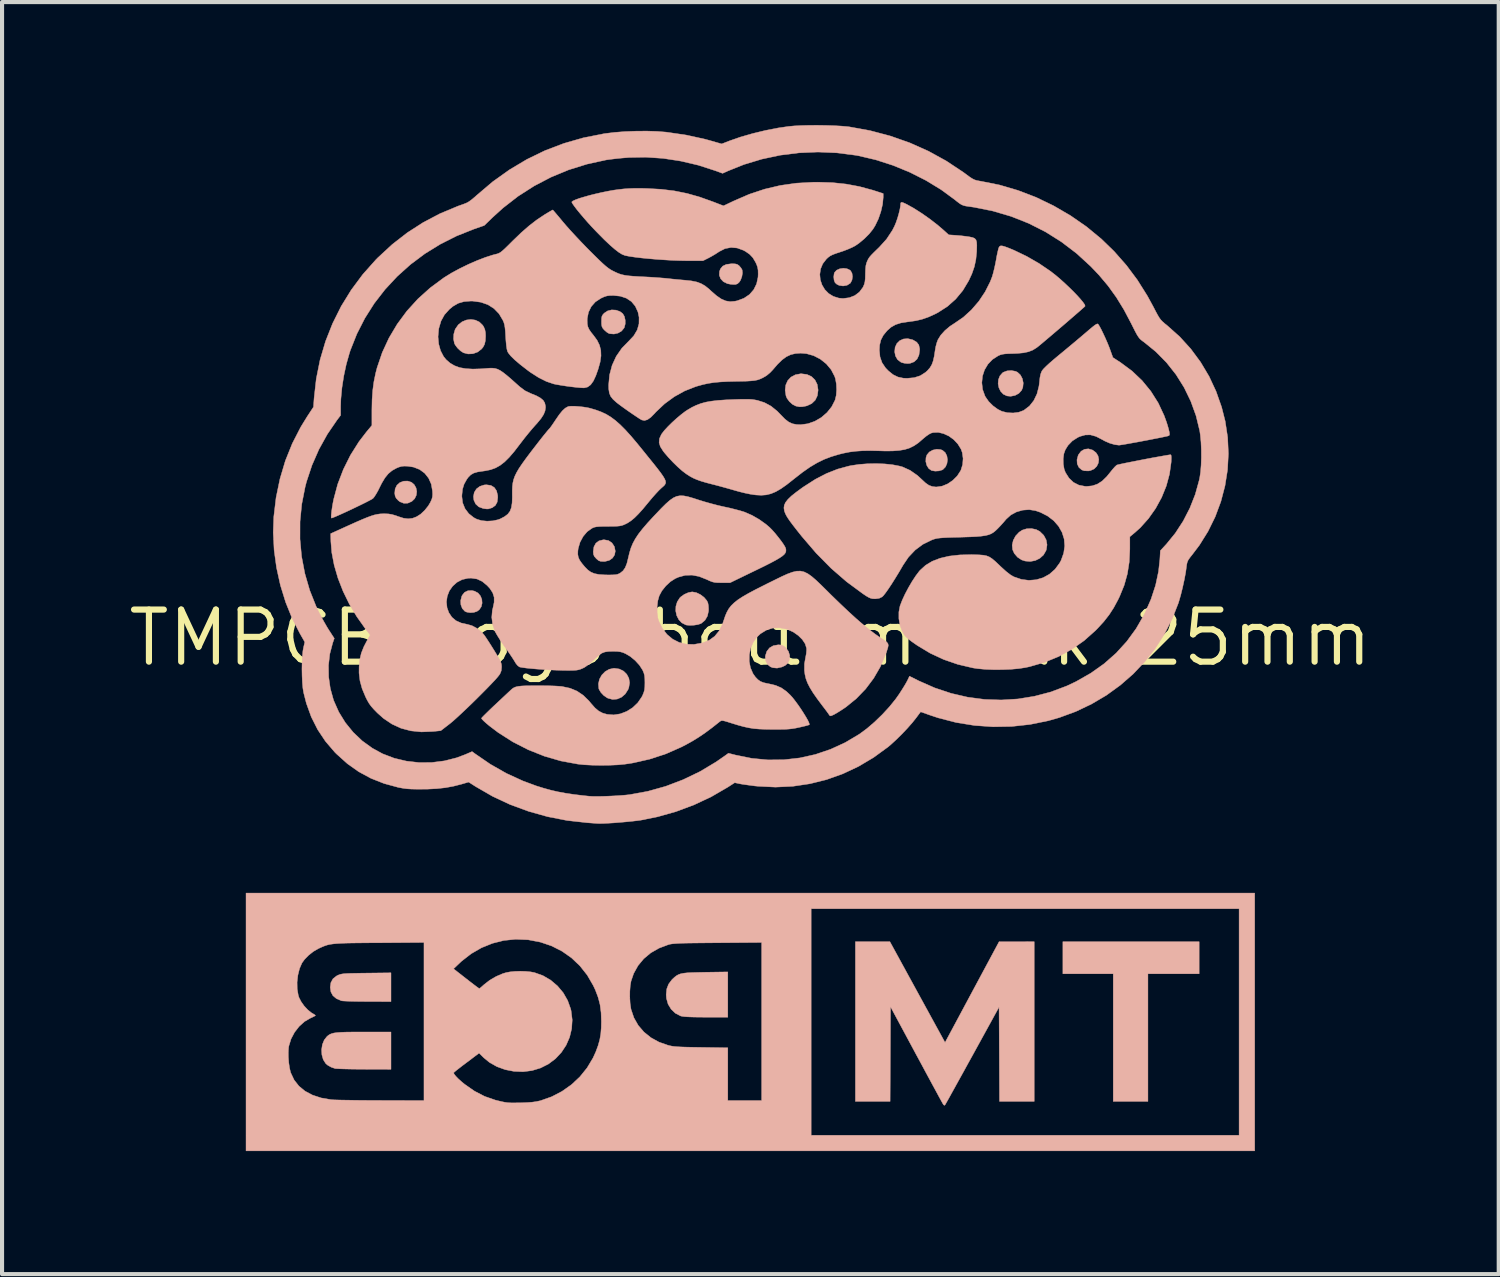
<source format=kicad_pcb>
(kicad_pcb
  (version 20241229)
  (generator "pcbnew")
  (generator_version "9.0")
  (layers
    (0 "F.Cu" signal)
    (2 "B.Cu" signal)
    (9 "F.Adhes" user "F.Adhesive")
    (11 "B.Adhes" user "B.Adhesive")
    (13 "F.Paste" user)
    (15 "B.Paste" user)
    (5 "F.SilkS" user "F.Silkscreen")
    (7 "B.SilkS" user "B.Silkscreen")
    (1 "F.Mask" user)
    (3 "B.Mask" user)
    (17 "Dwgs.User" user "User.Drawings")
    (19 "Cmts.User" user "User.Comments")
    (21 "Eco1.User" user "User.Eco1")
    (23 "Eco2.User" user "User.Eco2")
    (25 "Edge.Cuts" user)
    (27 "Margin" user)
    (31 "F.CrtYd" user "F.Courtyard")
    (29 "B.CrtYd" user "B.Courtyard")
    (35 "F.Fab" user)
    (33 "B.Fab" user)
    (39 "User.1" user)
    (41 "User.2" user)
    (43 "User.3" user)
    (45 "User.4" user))
  (footprint "TMPCB Logo bottom silk 25mm"
    (layer "F.Cu")
    (at 15.247 12.504)
    (property "Reference" "TMPCB Logo bottom silk 25mm" (at 0 0 0) (layer "F.SilkS") (effects (font (size 1.27 1.27) (thickness 0.15))))
    (attr through_hole)
    (fp_poly (pts (xy 10.943 8.191) (xy 9.694 8.191) (xy 9.694 11.303) (xy 8.848 11.303) (xy 8.848 8.191) (xy 7.62 8.191) (xy 7.62 7.408) (xy 10.943 7.408) (xy 10.943 8.191)) (stroke (width 0.01) (type solid)) (fill yes) (layer "B.SilkS"))
    (fp_poly (pts (xy -8.263 -3.794) (xy -8.195 -3.735) (xy -8.152 -3.657) (xy -8.135 -3.569) (xy -8.146 -3.478) (xy -8.186 -3.394) (xy -8.254 -3.329) (xy -8.352 -3.285) (xy -8.451 -3.282) (xy -8.545 -3.319) (xy -8.586 -3.351) (xy -8.636 -3.405) (xy -8.662 -3.459) (xy -8.672 -3.526) (xy -8.662 -3.633) (xy -8.619 -3.722) (xy -8.547 -3.787) (xy -8.452 -3.822) (xy -8.353 -3.824) (xy -8.263 -3.794)) (stroke (width 0.01) (type solid)) (fill yes) (layer "B.SilkS"))
    (fp_poly (pts (xy -6.724 -1.139) (xy -6.641 -1.094) (xy -6.582 -1.024) (xy -6.548 -0.939) (xy -6.541 -0.848) (xy -6.561 -0.762) (xy -6.61 -0.688) (xy -6.667 -0.646) (xy -6.744 -0.621) (xy -6.833 -0.615) (xy -6.915 -0.628) (xy -6.961 -0.648) (xy -7.024 -0.716) (xy -7.059 -0.807) (xy -7.064 -0.91) (xy -7.038 -1.013) (xy -7.027 -1.037) (xy -6.969 -1.11) (xy -6.887 -1.15) (xy -6.788 -1.154) (xy -6.724 -1.139)) (stroke (width 0.01) (type solid)) (fill yes) (layer "B.SilkS"))
    (fp_poly (pts (xy 2.355 -9.002) (xy 2.427 -8.968) (xy 2.442 -8.955) (xy 2.478 -8.892) (xy 2.49 -8.81) (xy 2.478 -8.726) (xy 2.442 -8.656) (xy 2.433 -8.646) (xy 2.357 -8.598) (xy 2.261 -8.581) (xy 2.165 -8.595) (xy 2.107 -8.624) (xy 2.065 -8.662) (xy 2.041 -8.723) (xy 2.033 -8.803) (xy 2.042 -8.879) (xy 2.054 -8.912) (xy 2.104 -8.966) (xy 2.18 -9) (xy 2.268 -9.013) (xy 2.355 -9.002)) (stroke (width 0.01) (type solid)) (fill yes) (layer "B.SilkS"))
    (fp_poly (pts (xy 8.342 -4.581) (xy 8.346 -4.579) (xy 8.428 -4.517) (xy 8.477 -4.439) (xy 8.496 -4.352) (xy 8.485 -4.264) (xy 8.446 -4.184) (xy 8.382 -4.12) (xy 8.293 -4.08) (xy 8.24 -4.071) (xy 8.141 -4.075) (xy 8.081 -4.096) (xy 8.01 -4.158) (xy 7.97 -4.243) (xy 7.964 -4.342) (xy 7.992 -4.447) (xy 8.002 -4.469) (xy 8.065 -4.551) (xy 8.148 -4.599) (xy 8.243 -4.61) (xy 8.342 -4.581)) (stroke (width 0.01) (type solid)) (fill yes) (layer "B.SilkS"))
    (fp_poly (pts (xy -6.326 -3.717) (xy -6.244 -3.667) (xy -6.189 -3.586) (xy -6.162 -3.475) (xy -6.16 -3.421) (xy -6.174 -3.311) (xy -6.218 -3.23) (xy -6.295 -3.174) (xy -6.392 -3.144) (xy -6.432 -3.144) (xy -6.493 -3.152) (xy -6.517 -3.156) (xy -6.622 -3.195) (xy -6.698 -3.264) (xy -6.742 -3.358) (xy -6.752 -3.444) (xy -6.733 -3.547) (xy -6.679 -3.633) (xy -6.596 -3.695) (xy -6.491 -3.729) (xy -6.435 -3.733) (xy -6.326 -3.717)) (stroke (width 0.01) (type solid)) (fill yes) (layer "B.SilkS"))
    (fp_poly (pts (xy 4.639 -4.592) (xy 4.688 -4.572) (xy 4.753 -4.516) (xy 4.792 -4.436) (xy 4.806 -4.345) (xy 4.794 -4.253) (xy 4.758 -4.17) (xy 4.697 -4.107) (xy 4.679 -4.096) (xy 4.6 -4.072) (xy 4.507 -4.066) (xy 4.423 -4.08) (xy 4.413 -4.084) (xy 4.347 -4.132) (xy 4.301 -4.208) (xy 4.278 -4.299) (xy 4.282 -4.393) (xy 4.305 -4.462) (xy 4.363 -4.532) (xy 4.447 -4.579) (xy 4.543 -4.6) (xy 4.639 -4.592)) (stroke (width 0.01) (type solid)) (fill yes) (layer "B.SilkS"))
    (fp_poly (pts (xy 6.465 -6.5) (xy 6.513 -6.478) (xy 6.585 -6.411) (xy 6.633 -6.319) (xy 6.654 -6.215) (xy 6.644 -6.111) (xy 6.614 -6.037) (xy 6.546 -5.962) (xy 6.454 -5.912) (xy 6.348 -5.891) (xy 6.256 -5.9) (xy 6.168 -5.942) (xy 6.102 -6.012) (xy 6.06 -6.1) (xy 6.041 -6.199) (xy 6.049 -6.298) (xy 6.084 -6.388) (xy 6.147 -6.461) (xy 6.169 -6.477) (xy 6.26 -6.511) (xy 6.364 -6.519) (xy 6.465 -6.5)) (stroke (width 0.01) (type solid)) (fill yes) (layer "B.SilkS"))
    (fp_poly (pts (xy -3.459 -2.373) (xy -3.376 -2.317) (xy -3.318 -2.229) (xy -3.314 -2.219) (xy -3.294 -2.115) (xy -3.311 -2.023) (xy -3.362 -1.946) (xy -3.441 -1.891) (xy -3.545 -1.864) (xy -3.582 -1.863) (xy -3.653 -1.867) (xy -3.702 -1.886) (xy -3.753 -1.928) (xy -3.759 -1.935) (xy -3.805 -1.988) (xy -3.826 -2.039) (xy -3.831 -2.105) (xy -3.815 -2.22) (xy -3.768 -2.308) (xy -3.693 -2.365) (xy -3.591 -2.391) (xy -3.562 -2.392) (xy -3.459 -2.373)) (stroke (width 0.01) (type solid)) (fill yes) (layer "B.SilkS"))
    (fp_poly (pts (xy 0.755 0.175) (xy 0.809 0.198) (xy 0.859 0.238) (xy 0.927 0.326) (xy 0.959 0.428) (xy 0.951 0.535) (xy 0.95 0.538) (xy 0.913 0.616) (xy 0.847 0.674) (xy 0.769 0.71) (xy 0.651 0.737) (xy 0.547 0.727) (xy 0.489 0.705) (xy 0.42 0.648) (xy 0.376 0.565) (xy 0.364 0.467) (xy 0.366 0.439) (xy 0.4 0.33) (xy 0.466 0.245) (xy 0.558 0.191) (xy 0.673 0.17) (xy 0.683 0.169) (xy 0.755 0.175)) (stroke (width 0.01) (type solid)) (fill yes) (layer "B.SilkS"))
    (fp_poly (pts (xy 3.95 -7.271) (xy 3.971 -7.262) (xy 4.057 -7.21) (xy 4.107 -7.143) (xy 4.127 -7.052) (xy 4.128 -7.021) (xy 4.111 -6.897) (xy 4.065 -6.799) (xy 3.991 -6.731) (xy 3.893 -6.694) (xy 3.831 -6.689) (xy 3.756 -6.697) (xy 3.687 -6.715) (xy 3.672 -6.722) (xy 3.589 -6.785) (xy 3.538 -6.875) (xy 3.519 -6.973) (xy 3.529 -7.085) (xy 3.572 -7.178) (xy 3.641 -7.247) (xy 3.732 -7.288) (xy 3.837 -7.297) (xy 3.95 -7.271)) (stroke (width 0.01) (type solid)) (fill yes) (layer "B.SilkS"))
    (fp_poly (pts (xy 6.969 -2.642) (xy 7.058 -2.595) (xy 7.154 -2.5) (xy 7.213 -2.389) (xy 7.234 -2.27) (xy 7.216 -2.148) (xy 7.208 -2.127) (xy 7.147 -2.021) (xy 7.057 -1.94) (xy 6.947 -1.886) (xy 6.824 -1.863) (xy 6.698 -1.874) (xy 6.614 -1.902) (xy 6.514 -1.968) (xy 6.436 -2.059) (xy 6.394 -2.152) (xy 6.384 -2.264) (xy 6.41 -2.378) (xy 6.467 -2.485) (xy 6.552 -2.576) (xy 6.631 -2.628) (xy 6.737 -2.661) (xy 6.855 -2.666) (xy 6.969 -2.642)) (stroke (width 0.01) (type solid)) (fill yes) (layer "B.SilkS"))
    (fp_poly (pts (xy -3.195 0.759) (xy -3.092 0.81) (xy -3.014 0.887) (xy -2.963 0.984) (xy -2.945 1.094) (xy -2.964 1.211) (xy -2.982 1.259) (xy -3.052 1.369) (xy -3.143 1.447) (xy -3.248 1.492) (xy -3.36 1.501) (xy -3.473 1.471) (xy -3.495 1.46) (xy -3.575 1.405) (xy -3.643 1.333) (xy -3.688 1.259) (xy -3.696 1.235) (xy -3.705 1.119) (xy -3.679 1.006) (xy -3.622 0.905) (xy -3.541 0.822) (xy -3.442 0.765) (xy -3.33 0.741) (xy -3.318 0.741) (xy -3.195 0.759)) (stroke (width 0.01) (type solid)) (fill yes) (layer "B.SilkS"))
    (fp_poly (pts (xy -3.276 -7.992) (xy -3.179 -7.957) (xy -3.111 -7.905) (xy -3.072 -7.838) (xy -3.052 -7.749) (xy -3.052 -7.653) (xy -3.074 -7.569) (xy -3.078 -7.559) (xy -3.14 -7.483) (xy -3.226 -7.432) (xy -3.326 -7.409) (xy -3.428 -7.417) (xy -3.461 -7.429) (xy -3.502 -7.455) (xy -3.552 -7.499) (xy -3.567 -7.513) (xy -3.602 -7.555) (xy -3.621 -7.596) (xy -3.629 -7.652) (xy -3.63 -7.716) (xy -3.628 -7.793) (xy -3.619 -7.844) (xy -3.597 -7.882) (xy -3.564 -7.918) (xy -3.481 -7.973) (xy -3.381 -7.998) (xy -3.276 -7.992)) (stroke (width 0.01) (type solid)) (fill yes) (layer "B.SilkS"))
    (fp_poly (pts (xy -0.372 -9.12) (xy -0.322 -9.108) (xy -0.283 -9.082) (xy -0.268 -9.068) (xy -0.227 -9.019) (xy -0.201 -8.974) (xy -0.2 -8.97) (xy -0.193 -8.898) (xy -0.207 -8.81) (xy -0.238 -8.726) (xy -0.268 -8.678) (xy -0.313 -8.635) (xy -0.362 -8.618) (xy -0.409 -8.617) (xy -0.484 -8.623) (xy -0.552 -8.636) (xy -0.561 -8.638) (xy -0.658 -8.686) (xy -0.724 -8.756) (xy -0.757 -8.842) (xy -0.753 -8.936) (xy -0.73 -8.997) (xy -0.674 -9.065) (xy -0.589 -9.106) (xy -0.471 -9.122) (xy -0.448 -9.123) (xy -0.372 -9.12)) (stroke (width 0.01) (type solid)) (fill yes) (layer "B.SilkS"))
    (fp_poly (pts (xy 1.38 -6.423) (xy 1.491 -6.372) (xy 1.575 -6.29) (xy 1.63 -6.181) (xy 1.651 -6.049) (xy 1.651 -6.036) (xy 1.633 -5.904) (xy 1.581 -5.796) (xy 1.496 -5.714) (xy 1.381 -5.66) (xy 1.353 -5.653) (xy 1.264 -5.636) (xy 1.194 -5.635) (xy 1.121 -5.65) (xy 1.106 -5.654) (xy 1.028 -5.694) (xy 0.953 -5.761) (xy 0.894 -5.841) (xy 0.869 -5.9) (xy 0.848 -6.04) (xy 0.863 -6.166) (xy 0.911 -6.274) (xy 0.989 -6.358) (xy 1.095 -6.415) (xy 1.224 -6.44) (xy 1.247 -6.44) (xy 1.38 -6.423)) (stroke (width 0.01) (type solid)) (fill yes) (layer "B.SilkS"))
    (fp_poly (pts (xy -8.763 8.869) (xy -9.34 8.867) (xy -9.494 8.866) (xy -9.637 8.864) (xy -9.763 8.861) (xy -9.864 8.857) (xy -9.935 8.853) (xy -9.97 8.849) (xy -9.97 8.849) (xy -10.092 8.797) (xy -10.178 8.726) (xy -10.228 8.634) (xy -10.245 8.52) (xy -10.228 8.404) (xy -10.178 8.313) (xy -10.093 8.245) (xy -10.059 8.227) (xy -10.027 8.214) (xy -9.994 8.203) (xy -9.955 8.195) (xy -9.903 8.188) (xy -9.834 8.184) (xy -9.742 8.18) (xy -9.621 8.178) (xy -9.467 8.175) (xy -9.361 8.174) (xy -8.763 8.167) (xy -8.763 8.869)) (stroke (width 0.01) (type solid)) (fill yes) (layer "B.SilkS"))
    (fp_poly (pts (xy -6.707 -7.749) (xy -6.609 -7.703) (xy -6.528 -7.625) (xy -6.504 -7.588) (xy -6.474 -7.519) (xy -6.459 -7.44) (xy -6.456 -7.362) (xy -6.462 -7.246) (xy -6.482 -7.158) (xy -6.52 -7.086) (xy -6.558 -7.041) (xy -6.651 -6.97) (xy -6.764 -6.929) (xy -6.883 -6.923) (xy -6.996 -6.952) (xy -7.067 -6.998) (xy -7.139 -7.066) (xy -7.196 -7.141) (xy -7.217 -7.182) (xy -7.238 -7.289) (xy -7.232 -7.407) (xy -7.2 -7.519) (xy -7.191 -7.536) (xy -7.121 -7.636) (xy -7.029 -7.708) (xy -6.925 -7.751) (xy -6.815 -7.765) (xy -6.707 -7.749)) (stroke (width 0.01) (type solid)) (fill yes) (layer "B.SilkS"))
    (fp_poly (pts (xy -0.55 9.25) (xy -1.085 9.249) (xy -1.268 9.248) (xy -1.414 9.245) (xy -1.526 9.241) (xy -1.609 9.235) (xy -1.668 9.227) (xy -1.701 9.219) (xy -1.83 9.152) (xy -1.932 9.054) (xy -2.006 8.932) (xy -2.046 8.79) (xy -2.053 8.701) (xy -2.039 8.561) (xy -1.994 8.443) (xy -1.916 8.338) (xy -1.892 8.314) (xy -1.845 8.271) (xy -1.801 8.237) (xy -1.754 8.211) (xy -1.699 8.191) (xy -1.629 8.177) (xy -1.54 8.167) (xy -1.426 8.161) (xy -1.28 8.157) (xy -1.098 8.153) (xy -1.095 8.153) (xy -0.55 8.145) (xy -0.55 9.25)) (stroke (width 0.01) (type solid)) (fill yes) (layer "B.SilkS"))
    (fp_poly (pts (xy -8.763 10.52) (xy -9.414 10.518) (xy -9.579 10.517) (xy -9.732 10.515) (xy -9.869 10.512) (xy -9.983 10.509) (xy -10.068 10.505) (xy -10.119 10.502) (xy -10.128 10.5) (xy -10.223 10.467) (xy -10.309 10.418) (xy -10.355 10.378) (xy -10.415 10.283) (xy -10.448 10.167) (xy -10.455 10.041) (xy -10.436 9.916) (xy -10.391 9.805) (xy -10.326 9.722) (xy -10.291 9.692) (xy -10.254 9.668) (xy -10.21 9.65) (xy -10.155 9.635) (xy -10.082 9.625) (xy -9.989 9.618) (xy -9.87 9.613) (xy -9.72 9.611) (xy -9.535 9.61) (xy -9.427 9.61) (xy -8.763 9.61) (xy -8.763 10.52)) (stroke (width 0.01) (type solid)) (fill yes) (layer "B.SilkS"))
    (fp_poly (pts (xy -1.319 -1.104) (xy -1.219 -1.056) (xy -1.129 -0.988) (xy -1.061 -0.907) (xy -1.036 -0.854) (xy -1.024 -0.789) (xy -1.019 -0.706) (xy -1.02 -0.656) (xy -1.047 -0.533) (xy -1.106 -0.431) (xy -1.193 -0.357) (xy -1.207 -0.349) (xy -1.278 -0.325) (xy -1.373 -0.31) (xy -1.471 -0.305) (xy -1.555 -0.312) (xy -1.577 -0.318) (xy -1.674 -0.368) (xy -1.747 -0.447) (xy -1.797 -0.546) (xy -1.82 -0.656) (xy -1.816 -0.77) (xy -1.783 -0.879) (xy -1.721 -0.976) (xy -1.694 -1.002) (xy -1.608 -1.063) (xy -1.51 -1.105) (xy -1.419 -1.122) (xy -1.418 -1.122) (xy -1.319 -1.104)) (stroke (width 0.01) (type solid)) (fill yes) (layer "B.SilkS"))
    (fp_poly (pts (xy 4.074 8.637) (xy 4.747 9.866) (xy 5.405 8.638) (xy 6.064 7.41) (xy 6.493 7.409) (xy 6.921 7.408) (xy 6.921 11.303) (xy 6.075 11.303) (xy 6.07 10.152) (xy 6.064 9.002) (xy 5.419 10.176) (xy 5.305 10.382) (xy 5.198 10.577) (xy 5.097 10.759) (xy 5.006 10.924) (xy 4.926 11.068) (xy 4.859 11.19) (xy 4.806 11.284) (xy 4.77 11.348) (xy 4.752 11.379) (xy 4.751 11.382) (xy 4.731 11.399) (xy 4.711 11.385) (xy 4.696 11.363) (xy 4.681 11.336) (xy 4.647 11.275) (xy 4.597 11.184) (xy 4.533 11.065) (xy 4.455 10.922) (xy 4.367 10.759) (xy 4.269 10.578) (xy 4.165 10.384) (xy 4.054 10.179) (xy 4.041 10.155) (xy 3.418 8.996) (xy 3.413 10.149) (xy 3.407 11.303) (xy 2.561 11.303) (xy 2.561 7.408) (xy 3.402 7.408) (xy 4.074 8.637)) (stroke (width 0.01) (type solid)) (fill yes) (layer "B.SilkS"))
    (fp_poly (pts (xy 12.298 12.509) (xy -12.298 12.509) (xy -12.298 10.09) (xy -11.267 10.09) (xy -11.266 10.218) (xy -11.256 10.354) (xy -11.238 10.481) (xy -11.214 10.585) (xy -11.208 10.604) (xy -11.125 10.78) (xy -11.008 10.929) (xy -10.859 11.052) (xy -10.678 11.148) (xy -10.465 11.218) (xy -10.22 11.26) (xy -10.213 11.26) (xy -10.162 11.264) (xy -10.074 11.267) (xy -9.953 11.27) (xy -9.804 11.272) (xy -9.632 11.275) (xy -9.442 11.277) (xy -9.238 11.278) (xy -9.026 11.279) (xy -9.012 11.279) (xy -7.959 11.282) (xy -7.959 8.069) (xy -7.238 8.069) (xy -6.93 8.31) (xy -6.832 8.386) (xy -6.745 8.453) (xy -6.676 8.505) (xy -6.629 8.539) (xy -6.61 8.551) (xy -6.59 8.538) (xy -6.548 8.503) (xy -6.493 8.454) (xy -6.488 8.45) (xy -6.355 8.347) (xy -6.199 8.256) (xy -6.036 8.186) (xy -5.955 8.162) (xy -5.86 8.144) (xy -5.739 8.132) (xy -5.609 8.128) (xy -5.479 8.132) (xy -5.358 8.144) (xy -5.263 8.162) (xy -5.057 8.236) (xy -4.869 8.346) (xy -4.703 8.487) (xy -4.563 8.654) (xy -4.455 8.843) (xy -4.381 9.049) (xy -4.371 9.094) (xy -4.344 9.315) (xy -4.358 9.531) (xy -4.408 9.738) (xy -4.492 9.931) (xy -4.608 10.107) (xy -4.752 10.261) (xy -4.923 10.39) (xy -5.117 10.488) (xy -5.324 10.551) (xy -5.543 10.579) (xy -5.763 10.57) (xy -5.978 10.528) (xy -6.18 10.455) (xy -6.363 10.351) (xy -6.498 10.24) (xy -6.615 10.125) (xy -6.921 10.356) (xy -7.02 10.43) (xy -7.106 10.497) (xy -7.174 10.55) (xy -7.219 10.588) (xy -7.235 10.603) (xy -7.225 10.634) (xy -7.186 10.684) (xy -7.123 10.75) (xy -7.039 10.825) (xy -6.969 10.883) (xy -6.728 11.051) (xy -6.479 11.18) (xy -6.217 11.271) (xy -6.148 11.288) (xy -6.059 11.309) (xy -5.989 11.323) (xy -5.927 11.332) (xy -5.863 11.337) (xy -5.785 11.339) (xy -5.684 11.337) (xy -5.588 11.336) (xy -5.438 11.33) (xy -5.319 11.321) (xy -5.22 11.307) (xy -5.127 11.287) (xy -5.112 11.283) (xy -4.844 11.188) (xy -4.593 11.057) (xy -4.362 10.894) (xy -4.157 10.702) (xy -3.981 10.484) (xy -3.837 10.243) (xy -3.769 10.094) (xy -3.712 9.939) (xy -3.673 9.799) (xy -3.648 9.659) (xy -3.636 9.505) (xy -3.633 9.356) (xy -3.64 9.139) (xy -3.665 8.947) (xy -3.711 8.767) (xy -2.94 8.767) (xy -2.932 8.911) (xy -2.914 9.035) (xy -2.91 9.057) (xy -2.84 9.263) (xy -2.735 9.448) (xy -2.596 9.61) (xy -2.427 9.747) (xy -2.229 9.856) (xy -2.017 9.931) (xy -1.966 9.944) (xy -1.914 9.955) (xy -1.856 9.963) (xy -1.786 9.969) (xy -1.698 9.974) (xy -1.587 9.978) (xy -1.447 9.981) (xy -1.272 9.984) (xy -1.201 9.985) (xy -0.55 9.995) (xy -0.55 11.282) (xy 0.275 11.282) (xy 0.275 7.427) (xy -0.799 7.435) (xy -1.044 7.437) (xy -1.251 7.439) (xy -1.424 7.441) (xy -1.565 7.443) (xy -1.679 7.446) (xy -1.77 7.45) (xy -1.842 7.455) (xy -1.898 7.46) (xy -1.942 7.466) (xy -1.978 7.474) (xy -2 7.48) (xy -2.228 7.566) (xy -2.429 7.681) (xy -2.6 7.824) (xy -2.74 7.993) (xy -2.846 8.184) (xy -2.91 8.371) (xy -2.929 8.482) (xy -2.939 8.619) (xy -2.94 8.767) (xy -3.711 8.767) (xy -3.711 8.767) (xy -3.781 8.583) (xy -3.831 8.477) (xy -3.978 8.223) (xy -4.156 7.998) (xy -4.361 7.803) (xy -4.592 7.641) (xy -4.845 7.512) (xy -5.119 7.419) (xy -5.411 7.363) (xy -5.434 7.361) (xy -5.724 7.349) (xy -6.011 7.378) (xy -6.289 7.448) (xy -6.556 7.556) (xy -6.807 7.701) (xy -7.04 7.882) (xy -7.085 7.924) (xy -7.238 8.069) (xy -7.959 8.069) (xy -7.959 7.427) (xy -9.054 7.435) (xy -9.308 7.436) (xy -9.524 7.438) (xy -9.706 7.44) (xy -9.858 7.443) (xy -9.983 7.448) (xy -10.087 7.454) (xy -10.172 7.462) (xy -10.243 7.472) (xy -10.304 7.485) (xy -10.359 7.502) (xy -10.412 7.522) (xy -10.467 7.546) (xy -10.529 7.574) (xy -10.535 7.577) (xy -10.654 7.646) (xy -10.77 7.737) (xy -10.87 7.839) (xy -10.933 7.926) (xy -10.993 8.063) (xy -11.033 8.223) (xy -11.053 8.394) (xy -11.05 8.562) (xy -11.024 8.714) (xy -11.007 8.768) (xy -10.955 8.87) (xy -10.88 8.976) (xy -10.792 9.07) (xy -10.703 9.142) (xy -10.68 9.155) (xy -10.633 9.183) (xy -10.607 9.203) (xy -10.605 9.207) (xy -10.623 9.221) (xy -10.669 9.245) (xy -10.724 9.27) (xy -10.871 9.355) (xy -11.003 9.474) (xy -11.115 9.618) (xy -11.2 9.779) (xy -11.253 9.95) (xy -11.259 9.984) (xy -11.267 10.09) (xy -12.298 10.09) (xy -12.298 6.604) (xy 1.482 6.604) (xy 1.482 12.129) (xy 11.917 12.129) (xy 11.917 6.604) (xy 1.482 6.604) (xy -12.298 6.604) (xy -12.298 6.223) (xy 12.298 6.223) (xy 12.298 12.509)) (stroke (width 0.01) (type solid)) (fill yes) (layer "B.SilkS"))
    (fp_poly (pts (xy 1.838 -12.496) (xy 2.035 -12.49) (xy 2.214 -12.48) (xy 2.364 -12.467) (xy 2.413 -12.461) (xy 2.919 -12.369) (xy 3.41 -12.239) (xy 3.886 -12.072) (xy 4.343 -11.868) (xy 4.779 -11.628) (xy 5.192 -11.354) (xy 5.256 -11.307) (xy 5.342 -11.243) (xy 5.407 -11.2) (xy 5.461 -11.172) (xy 5.516 -11.154) (xy 5.583 -11.141) (xy 5.62 -11.135) (xy 6.075 -11.044) (xy 6.524 -10.912) (xy 6.966 -10.743) (xy 7.393 -10.537) (xy 7.804 -10.298) (xy 8.194 -10.028) (xy 8.558 -9.728) (xy 8.872 -9.423) (xy 9.172 -9.082) (xy 9.439 -8.724) (xy 9.68 -8.34) (xy 9.825 -8.074) (xy 9.885 -7.958) (xy 9.932 -7.871) (xy 9.971 -7.806) (xy 10.008 -7.756) (xy 10.049 -7.713) (xy 10.099 -7.668) (xy 10.165 -7.615) (xy 10.172 -7.609) (xy 10.471 -7.342) (xy 10.74 -7.046) (xy 10.979 -6.723) (xy 11.185 -6.377) (xy 11.356 -6.01) (xy 11.491 -5.627) (xy 11.578 -5.284) (xy 11.638 -4.889) (xy 11.656 -4.492) (xy 11.635 -4.097) (xy 11.573 -3.707) (xy 11.473 -3.325) (xy 11.335 -2.954) (xy 11.16 -2.598) (xy 10.949 -2.26) (xy 10.774 -2.029) (xy 10.713 -1.952) (xy 10.674 -1.894) (xy 10.652 -1.843) (xy 10.64 -1.788) (xy 10.636 -1.758) (xy 10.615 -1.601) (xy 10.581 -1.419) (xy 10.539 -1.227) (xy 10.493 -1.041) (xy 10.445 -0.876) (xy 10.434 -0.843) (xy 10.283 -0.458) (xy 10.095 -0.091) (xy 9.873 0.256) (xy 9.618 0.58) (xy 9.334 0.88) (xy 9.021 1.153) (xy 8.682 1.399) (xy 8.319 1.613) (xy 7.935 1.796) (xy 7.532 1.944) (xy 7.262 2.021) (xy 6.819 2.111) (xy 6.37 2.16) (xy 5.918 2.168) (xy 5.467 2.136) (xy 5.02 2.064) (xy 4.583 1.951) (xy 4.378 1.883) (xy 4.152 1.803) (xy 4.04 1.953) (xy 3.944 2.073) (xy 3.824 2.209) (xy 3.691 2.349) (xy 3.555 2.483) (xy 3.425 2.602) (xy 3.355 2.661) (xy 3.005 2.916) (xy 2.638 3.134) (xy 2.255 3.314) (xy 1.858 3.456) (xy 1.451 3.557) (xy 1.035 3.619) (xy 0.613 3.639) (xy 0.187 3.618) (xy 0.105 3.61) (xy -0.009 3.595) (xy -0.119 3.58) (xy -0.212 3.566) (xy -0.271 3.555) (xy -0.382 3.531) (xy -0.552 3.641) (xy -0.95 3.872) (xy -1.373 4.071) (xy -1.814 4.236) (xy -2.269 4.364) (xy -2.67 4.445) (xy -2.767 4.458) (xy -2.891 4.472) (xy -3.031 4.486) (xy -3.18 4.499) (xy -3.327 4.511) (xy -3.464 4.519) (xy -3.582 4.525) (xy -3.672 4.527) (xy -3.704 4.526) (xy -3.747 4.524) (xy -3.82 4.519) (xy -3.913 4.512) (xy -3.981 4.507) (xy -4.466 4.453) (xy -4.943 4.36) (xy -5.407 4.23) (xy -5.856 4.065) (xy -6.284 3.865) (xy -6.689 3.631) (xy -6.704 3.622) (xy -6.87 3.516) (xy -7.041 3.566) (xy -7.24 3.617) (xy -7.437 3.653) (xy -7.645 3.676) (xy -7.877 3.688) (xy -8.001 3.689) (xy -8.152 3.689) (xy -8.271 3.686) (xy -8.369 3.68) (xy -8.457 3.669) (xy -8.546 3.653) (xy -8.587 3.645) (xy -8.932 3.551) (xy -9.251 3.425) (xy -9.548 3.265) (xy -9.826 3.068) (xy -10.088 2.833) (xy -10.133 2.788) (xy -10.36 2.523) (xy -10.551 2.237) (xy -10.707 1.927) (xy -10.827 1.595) (xy -10.894 1.333) (xy -10.912 1.223) (xy -10.924 1.083) (xy -10.931 0.924) (xy -10.934 0.758) (xy -10.931 0.594) (xy -10.923 0.444) (xy -10.911 0.317) (xy -10.898 0.246) (xy -10.865 0.101) (xy -10.98 -0.1) (xy -11.172 -0.473) (xy -11.332 -0.87) (xy -11.46 -1.284) (xy -11.554 -1.71) (xy -11.613 -2.14) (xy -11.626 -2.408) (xy -10.982 -2.408) (xy -10.943 -1.985) (xy -10.863 -1.567) (xy -10.744 -1.158) (xy -10.586 -0.762) (xy -10.531 -0.646) (xy -10.469 -0.525) (xy -10.4 -0.398) (xy -10.332 -0.279) (xy -10.273 -0.183) (xy -10.27 -0.179) (xy -10.146 0.012) (xy -10.186 0.128) (xy -10.255 0.391) (xy -10.287 0.668) (xy -10.283 0.951) (xy -10.243 1.233) (xy -10.167 1.507) (xy -10.159 1.53) (xy -10.036 1.808) (xy -9.876 2.067) (xy -9.685 2.302) (xy -9.465 2.511) (xy -9.219 2.689) (xy -8.968 2.826) (xy -8.685 2.934) (xy -8.387 3.005) (xy -8.079 3.04) (xy -7.768 3.038) (xy -7.46 2.999) (xy -7.161 2.923) (xy -6.954 2.845) (xy -6.785 2.772) (xy -6.721 2.82) (xy -6.339 3.082) (xy -5.949 3.304) (xy -5.547 3.488) (xy -5.218 3.61) (xy -5.037 3.666) (xy -4.863 3.714) (xy -4.688 3.754) (xy -4.502 3.788) (xy -4.296 3.819) (xy -4.062 3.847) (xy -3.926 3.861) (xy -3.849 3.865) (xy -3.738 3.866) (xy -3.605 3.864) (xy -3.46 3.859) (xy -3.31 3.852) (xy -3.168 3.843) (xy -3.042 3.833) (xy -2.942 3.822) (xy -2.5 3.741) (xy -2.064 3.619) (xy -1.639 3.457) (xy -1.228 3.259) (xy -0.835 3.024) (xy -0.612 2.869) (xy -0.535 2.813) (xy -0.362 2.857) (xy 0.033 2.937) (xy 0.428 2.975) (xy 0.819 2.971) (xy 1.206 2.927) (xy 1.586 2.842) (xy 1.955 2.717) (xy 2.314 2.552) (xy 2.658 2.347) (xy 2.658 2.347) (xy 2.84 2.213) (xy 3.029 2.051) (xy 3.216 1.87) (xy 3.391 1.68) (xy 3.543 1.492) (xy 3.625 1.376) (xy 3.689 1.277) (xy 3.749 1.181) (xy 3.798 1.098) (xy 3.83 1.039) (xy 3.833 1.033) (xy 3.88 0.934) (xy 4.105 1.047) (xy 4.495 1.219) (xy 4.894 1.352) (xy 5.299 1.446) (xy 5.708 1.5) (xy 6.118 1.514) (xy 6.526 1.489) (xy 6.929 1.423) (xy 7.325 1.319) (xy 7.711 1.174) (xy 7.942 1.065) (xy 8.3 0.861) (xy 8.626 0.63) (xy 8.918 0.372) (xy 9.178 0.087) (xy 9.405 -0.224) (xy 9.6 -0.562) (xy 9.619 -0.599) (xy 9.77 -0.945) (xy 9.881 -1.284) (xy 9.953 -1.622) (xy 9.985 -1.914) (xy 9.997 -2.127) (xy 10.144 -2.286) (xy 10.361 -2.552) (xy 10.553 -2.847) (xy 10.716 -3.164) (xy 10.848 -3.498) (xy 10.943 -3.841) (xy 10.957 -3.906) (xy 10.978 -4.045) (xy 10.991 -4.213) (xy 10.997 -4.399) (xy 10.996 -4.591) (xy 10.988 -4.776) (xy 10.972 -4.944) (xy 10.957 -5.048) (xy 10.867 -5.417) (xy 10.739 -5.77) (xy 10.576 -6.106) (xy 10.378 -6.422) (xy 10.148 -6.713) (xy 9.887 -6.978) (xy 9.598 -7.213) (xy 9.563 -7.238) (xy 9.527 -7.266) (xy 9.494 -7.297) (xy 9.463 -7.337) (xy 9.428 -7.392) (xy 9.386 -7.469) (xy 9.333 -7.574) (xy 9.285 -7.67) (xy 9.109 -8.003) (xy 8.924 -8.304) (xy 8.724 -8.582) (xy 8.5 -8.848) (xy 8.298 -9.06) (xy 7.953 -9.376) (xy 7.585 -9.656) (xy 7.197 -9.9) (xy 6.788 -10.107) (xy 6.36 -10.277) (xy 5.915 -10.408) (xy 5.453 -10.501) (xy 5.328 -10.519) (xy 5.252 -10.53) (xy 5.196 -10.544) (xy 5.146 -10.565) (xy 5.092 -10.6) (xy 5.022 -10.654) (xy 4.99 -10.681) (xy 4.65 -10.93) (xy 4.281 -11.155) (xy 3.889 -11.353) (xy 3.48 -11.521) (xy 3.062 -11.656) (xy 2.642 -11.755) (xy 2.569 -11.768) (xy 2.111 -11.827) (xy 1.649 -11.847) (xy 1.186 -11.827) (xy 0.728 -11.77) (xy 0.278 -11.674) (xy -0.158 -11.542) (xy -0.545 -11.387) (xy -0.677 -11.327) (xy -0.852 -11.391) (xy -1.269 -11.526) (xy -1.695 -11.626) (xy -2.124 -11.692) (xy -2.548 -11.721) (xy -2.96 -11.714) (xy -3.011 -11.71) (xy -3.143 -11.699) (xy -3.279 -11.685) (xy -3.405 -11.67) (xy -3.506 -11.656) (xy -3.524 -11.653) (xy -3.984 -11.552) (xy -4.43 -11.413) (xy -4.86 -11.235) (xy -5.272 -11.02) (xy -5.664 -10.769) (xy -6.032 -10.483) (xy -6.287 -10.252) (xy -6.489 -10.056) (xy -6.742 -9.968) (xy -7.162 -9.801) (xy -7.561 -9.6) (xy -7.937 -9.368) (xy -8.288 -9.105) (xy -8.611 -8.815) (xy -8.906 -8.498) (xy -9.17 -8.158) (xy -9.4 -7.795) (xy -9.595 -7.413) (xy -9.754 -7.013) (xy -9.777 -6.942) (xy -9.853 -6.674) (xy -9.914 -6.389) (xy -9.959 -6.101) (xy -9.985 -5.825) (xy -9.991 -5.645) (xy -9.991 -5.428) (xy -10.079 -5.312) (xy -10.315 -4.967) (xy -10.52 -4.597) (xy -10.69 -4.209) (xy -10.823 -3.809) (xy -10.856 -3.683) (xy -10.939 -3.261) (xy -10.981 -2.835) (xy -10.982 -2.408) (xy -11.626 -2.408) (xy -11.635 -2.568) (xy -11.621 -2.953) (xy -11.565 -3.423) (xy -11.47 -3.879) (xy -11.339 -4.319) (xy -11.17 -4.739) (xy -10.965 -5.139) (xy -10.805 -5.399) (xy -10.653 -5.63) (xy -10.638 -5.847) (xy -10.585 -6.32) (xy -10.492 -6.782) (xy -10.359 -7.232) (xy -10.187 -7.667) (xy -9.978 -8.086) (xy -9.732 -8.485) (xy -9.451 -8.863) (xy -9.135 -9.218) (xy -9.082 -9.272) (xy -8.731 -9.596) (xy -8.364 -9.881) (xy -7.977 -10.13) (xy -7.568 -10.345) (xy -7.133 -10.527) (xy -7 -10.574) (xy -6.928 -10.602) (xy -6.863 -10.637) (xy -6.796 -10.686) (xy -6.714 -10.755) (xy -6.672 -10.793) (xy -6.283 -11.123) (xy -5.875 -11.414) (xy -5.451 -11.667) (xy -5.009 -11.882) (xy -4.549 -12.057) (xy -4.073 -12.194) (xy -3.579 -12.292) (xy -3.543 -12.298) (xy -3.313 -12.326) (xy -3.057 -12.346) (xy -2.79 -12.356) (xy -2.524 -12.358) (xy -2.272 -12.35) (xy -2.048 -12.332) (xy -2.043 -12.331) (xy -1.564 -12.261) (xy -1.109 -12.161) (xy -0.957 -12.119) (xy -0.699 -12.045) (xy -0.507 -12.12) (xy -0.24 -12.213) (xy 0.055 -12.298) (xy 0.365 -12.373) (xy 0.677 -12.434) (xy 0.931 -12.471) (xy 1.069 -12.484) (xy 1.239 -12.493) (xy 1.43 -12.498) (xy 1.633 -12.499) (xy 1.838 -12.496)) (stroke (width 0.01) (type solid)) (fill yes) (layer "B.SilkS"))
    (fp_poly (pts (xy 2.002 -11.101) (xy 2.334 -11.066) (xy 2.655 -11.006) (xy 2.978 -10.919) (xy 3.032 -10.902) (xy 3.239 -10.835) (xy 3.239 -10.74) (xy 3.224 -10.576) (xy 3.183 -10.397) (xy 3.122 -10.218) (xy 3.043 -10.054) (xy 2.989 -9.966) (xy 2.895 -9.849) (xy 2.777 -9.731) (xy 2.649 -9.625) (xy 2.556 -9.561) (xy 2.479 -9.521) (xy 2.377 -9.476) (xy 2.264 -9.433) (xy 2.186 -9.407) (xy 2.079 -9.372) (xy 2.002 -9.342) (xy 1.945 -9.313) (xy 1.898 -9.279) (xy 1.855 -9.239) (xy 1.765 -9.123) (xy 1.712 -8.996) (xy 1.693 -8.863) (xy 1.705 -8.732) (xy 1.747 -8.607) (xy 1.815 -8.493) (xy 1.908 -8.398) (xy 2.023 -8.327) (xy 2.158 -8.285) (xy 2.259 -8.276) (xy 2.412 -8.295) (xy 2.547 -8.348) (xy 2.659 -8.433) (xy 2.744 -8.547) (xy 2.754 -8.567) (xy 2.778 -8.624) (xy 2.793 -8.684) (xy 2.801 -8.759) (xy 2.804 -8.863) (xy 2.804 -8.879) (xy 2.808 -8.992) (xy 2.816 -9.075) (xy 2.832 -9.14) (xy 2.85 -9.186) (xy 2.869 -9.226) (xy 2.889 -9.261) (xy 2.915 -9.296) (xy 2.952 -9.338) (xy 3.006 -9.393) (xy 3.082 -9.467) (xy 3.142 -9.525) (xy 3.321 -9.723) (xy 3.463 -9.938) (xy 3.515 -10.04) (xy 3.553 -10.131) (xy 3.59 -10.24) (xy 3.622 -10.352) (xy 3.647 -10.456) (xy 3.66 -10.54) (xy 3.662 -10.566) (xy 3.665 -10.604) (xy 3.681 -10.621) (xy 3.716 -10.616) (xy 3.777 -10.589) (xy 3.812 -10.572) (xy 3.991 -10.472) (xy 4.184 -10.349) (xy 4.381 -10.21) (xy 4.569 -10.064) (xy 4.71 -9.943) (xy 4.837 -9.828) (xy 5.027 -9.815) (xy 5.134 -9.806) (xy 5.244 -9.793) (xy 5.336 -9.78) (xy 5.351 -9.777) (xy 5.421 -9.762) (xy 5.47 -9.74) (xy 5.501 -9.706) (xy 5.517 -9.652) (xy 5.522 -9.572) (xy 5.519 -9.458) (xy 5.518 -9.419) (xy 5.499 -9.227) (xy 5.462 -9.052) (xy 5.402 -8.879) (xy 5.324 -8.71) (xy 5.18 -8.47) (xy 5.006 -8.26) (xy 4.804 -8.081) (xy 4.572 -7.932) (xy 4.498 -7.894) (xy 4.336 -7.821) (xy 4.188 -7.77) (xy 4.037 -7.734) (xy 3.864 -7.709) (xy 3.836 -7.706) (xy 3.673 -7.681) (xy 3.541 -7.639) (xy 3.431 -7.577) (xy 3.335 -7.492) (xy 3.333 -7.49) (xy 3.24 -7.376) (xy 3.182 -7.264) (xy 3.152 -7.139) (xy 3.145 -7.017) (xy 3.161 -6.853) (xy 3.21 -6.711) (xy 3.297 -6.582) (xy 3.366 -6.511) (xy 3.481 -6.418) (xy 3.598 -6.361) (xy 3.728 -6.333) (xy 3.822 -6.329) (xy 3.995 -6.345) (xy 4.144 -6.393) (xy 4.273 -6.476) (xy 4.32 -6.519) (xy 4.38 -6.588) (xy 4.425 -6.664) (xy 4.458 -6.755) (xy 4.484 -6.872) (xy 4.504 -7.006) (xy 4.521 -7.103) (xy 4.547 -7.199) (xy 4.574 -7.271) (xy 4.643 -7.382) (xy 4.744 -7.494) (xy 4.867 -7.598) (xy 4.974 -7.668) (xy 5.19 -7.816) (xy 5.39 -7.998) (xy 5.571 -8.208) (xy 5.725 -8.439) (xy 5.848 -8.683) (xy 5.897 -8.809) (xy 5.922 -8.896) (xy 5.95 -9.009) (xy 5.976 -9.13) (xy 5.992 -9.213) (xy 6.01 -9.316) (xy 6.03 -9.409) (xy 6.047 -9.48) (xy 6.059 -9.517) (xy 6.075 -9.544) (xy 6.099 -9.558) (xy 6.136 -9.559) (xy 6.192 -9.545) (xy 6.273 -9.516) (xy 6.384 -9.471) (xy 6.433 -9.45) (xy 6.735 -9.305) (xy 7.038 -9.131) (xy 7.323 -8.937) (xy 7.339 -8.924) (xy 7.442 -8.844) (xy 7.552 -8.751) (xy 7.664 -8.65) (xy 7.774 -8.546) (xy 7.879 -8.443) (xy 7.973 -8.345) (xy 8.052 -8.257) (xy 8.113 -8.182) (xy 8.152 -8.126) (xy 8.162 -8.092) (xy 8.161 -8.088) (xy 8.142 -8.069) (xy 8.095 -8.027) (xy 8.025 -7.965) (xy 7.936 -7.888) (xy 7.832 -7.798) (xy 7.719 -7.7) (xy 7.599 -7.597) (xy 7.478 -7.494) (xy 7.361 -7.394) (xy 7.251 -7.301) (xy 7.154 -7.219) (xy 7.073 -7.151) (xy 7.013 -7.102) (xy 6.978 -7.075) (xy 6.978 -7.075) (xy 6.884 -7.017) (xy 6.781 -6.977) (xy 6.66 -6.951) (xy 6.511 -6.937) (xy 6.412 -6.933) (xy 6.295 -6.93) (xy 6.21 -6.925) (xy 6.147 -6.916) (xy 6.096 -6.902) (xy 6.046 -6.881) (xy 6.042 -6.879) (xy 5.903 -6.789) (xy 5.792 -6.673) (xy 5.71 -6.535) (xy 5.66 -6.383) (xy 5.644 -6.222) (xy 5.662 -6.06) (xy 5.719 -5.902) (xy 5.732 -5.877) (xy 5.81 -5.765) (xy 5.915 -5.66) (xy 6.034 -5.573) (xy 6.133 -5.524) (xy 6.266 -5.491) (xy 6.408 -5.484) (xy 6.545 -5.502) (xy 6.663 -5.546) (xy 6.672 -5.552) (xy 6.806 -5.654) (xy 6.911 -5.787) (xy 6.989 -5.949) (xy 7.037 -6.138) (xy 7.049 -6.234) (xy 7.061 -6.348) (xy 7.078 -6.431) (xy 7.102 -6.494) (xy 7.115 -6.518) (xy 7.15 -6.561) (xy 7.214 -6.625) (xy 7.302 -6.706) (xy 7.411 -6.8) (xy 7.514 -6.886) (xy 7.644 -6.993) (xy 7.788 -7.113) (xy 7.933 -7.234) (xy 8.067 -7.347) (xy 8.16 -7.426) (xy 8.265 -7.516) (xy 8.343 -7.581) (xy 8.398 -7.624) (xy 8.436 -7.648) (xy 8.46 -7.657) (xy 8.476 -7.653) (xy 8.484 -7.645) (xy 8.514 -7.597) (xy 8.556 -7.519) (xy 8.604 -7.42) (xy 8.655 -7.31) (xy 8.705 -7.196) (xy 8.748 -7.09) (xy 8.771 -7.028) (xy 8.84 -6.836) (xy 9.029 -6.713) (xy 9.307 -6.507) (xy 9.552 -6.274) (xy 9.765 -6.014) (xy 9.945 -5.729) (xy 10.09 -5.419) (xy 10.147 -5.262) (xy 10.175 -5.172) (xy 10.199 -5.087) (xy 10.214 -5.022) (xy 10.216 -5.014) (xy 10.221 -4.961) (xy 10.211 -4.935) (xy 10.18 -4.923) (xy 10.178 -4.922) (xy 10.1 -4.905) (xy 9.996 -4.883) (xy 9.872 -4.859) (xy 9.736 -4.832) (xy 9.593 -4.805) (xy 9.452 -4.778) (xy 9.317 -4.754) (xy 9.197 -4.732) (xy 9.098 -4.715) (xy 9.027 -4.704) (xy 8.99 -4.699) (xy 8.988 -4.699) (xy 8.887 -4.712) (xy 8.767 -4.746) (xy 8.646 -4.798) (xy 8.572 -4.839) (xy 8.428 -4.913) (xy 8.295 -4.95) (xy 8.167 -4.949) (xy 8.036 -4.912) (xy 7.985 -4.889) (xy 7.851 -4.803) (xy 7.745 -4.693) (xy 7.679 -4.587) (xy 7.644 -4.488) (xy 7.628 -4.366) (xy 7.631 -4.236) (xy 7.652 -4.114) (xy 7.682 -4.034) (xy 7.77 -3.895) (xy 7.88 -3.791) (xy 8.01 -3.725) (xy 8.158 -3.696) (xy 8.202 -3.694) (xy 8.339 -3.708) (xy 8.462 -3.75) (xy 8.578 -3.824) (xy 8.69 -3.933) (xy 8.774 -4.036) (xy 8.832 -4.108) (xy 8.885 -4.168) (xy 8.926 -4.207) (xy 8.937 -4.215) (xy 8.966 -4.223) (xy 9.03 -4.238) (xy 9.123 -4.258) (xy 9.239 -4.281) (xy 9.371 -4.307) (xy 9.513 -4.335) (xy 9.658 -4.363) (xy 9.801 -4.39) (xy 9.935 -4.414) (xy 10.053 -4.435) (xy 10.15 -4.452) (xy 10.218 -4.463) (xy 10.251 -4.466) (xy 10.261 -4.446) (xy 10.264 -4.387) (xy 10.261 -4.294) (xy 10.26 -4.281) (xy 10.22 -3.993) (xy 10.142 -3.705) (xy 10.028 -3.424) (xy 9.882 -3.157) (xy 9.707 -2.909) (xy 9.507 -2.686) (xy 9.38 -2.572) (xy 9.253 -2.466) (xy 9.253 -2.159) (xy 9.238 -1.85) (xy 9.193 -1.563) (xy 9.116 -1.286) (xy 9.003 -1.009) (xy 8.963 -0.927) (xy 8.859 -0.734) (xy 8.747 -0.562) (xy 8.619 -0.398) (xy 8.465 -0.23) (xy 8.415 -0.179) (xy 8.14 0.066) (xy 7.84 0.278) (xy 7.517 0.455) (xy 7.172 0.597) (xy 6.807 0.702) (xy 6.704 0.724) (xy 6.542 0.749) (xy 6.351 0.766) (xy 6.143 0.774) (xy 5.931 0.775) (xy 5.726 0.767) (xy 5.542 0.75) (xy 5.429 0.733) (xy 5.059 0.646) (xy 4.714 0.527) (xy 4.385 0.374) (xy 4.068 0.183) (xy 3.932 0.088) (xy 3.847 0.023) (xy 3.788 -0.031) (xy 3.744 -0.088) (xy 3.705 -0.157) (xy 3.7 -0.167) (xy 3.648 -0.309) (xy 3.621 -0.469) (xy 3.621 -0.631) (xy 3.649 -0.779) (xy 3.652 -0.786) (xy 3.703 -0.919) (xy 3.772 -1.068) (xy 3.855 -1.225) (xy 3.944 -1.377) (xy 4.034 -1.514) (xy 4.117 -1.624) (xy 4.138 -1.648) (xy 4.272 -1.77) (xy 4.434 -1.868) (xy 4.626 -1.942) (xy 4.848 -1.994) (xy 5.104 -2.023) (xy 5.393 -2.03) (xy 5.465 -2.028) (xy 5.589 -2.024) (xy 5.685 -2.016) (xy 5.762 -2) (xy 5.83 -1.972) (xy 5.897 -1.928) (xy 5.973 -1.864) (xy 6.067 -1.775) (xy 6.101 -1.742) (xy 6.233 -1.622) (xy 6.344 -1.536) (xy 6.423 -1.49) (xy 6.607 -1.427) (xy 6.791 -1.403) (xy 6.97 -1.418) (xy 7.139 -1.468) (xy 7.294 -1.554) (xy 7.429 -1.673) (xy 7.54 -1.823) (xy 7.576 -1.889) (xy 7.64 -2.066) (xy 7.665 -2.241) (xy 7.651 -2.411) (xy 7.6 -2.573) (xy 7.515 -2.723) (xy 7.398 -2.857) (xy 7.249 -2.971) (xy 7.073 -3.061) (xy 6.954 -3.102) (xy 6.799 -3.127) (xy 6.64 -3.115) (xy 6.488 -3.071) (xy 6.351 -2.997) (xy 6.238 -2.895) (xy 6.228 -2.883) (xy 6.171 -2.816) (xy 6.1 -2.737) (xy 6.032 -2.666) (xy 5.978 -2.614) (xy 5.926 -2.572) (xy 5.871 -2.539) (xy 5.808 -2.514) (xy 5.73 -2.495) (xy 5.633 -2.481) (xy 5.512 -2.47) (xy 5.36 -2.463) (xy 5.173 -2.457) (xy 5.113 -2.455) (xy 4.944 -2.451) (xy 4.812 -2.447) (xy 4.71 -2.442) (xy 4.632 -2.436) (xy 4.571 -2.429) (xy 4.523 -2.42) (xy 4.48 -2.408) (xy 4.437 -2.393) (xy 4.42 -2.386) (xy 4.207 -2.282) (xy 4.019 -2.142) (xy 3.855 -1.969) (xy 3.726 -1.778) (xy 3.628 -1.61) (xy 3.532 -1.453) (xy 3.444 -1.313) (xy 3.364 -1.193) (xy 3.297 -1.098) (xy 3.244 -1.031) (xy 3.212 -1) (xy 3.141 -0.965) (xy 3.051 -0.953) (xy 3.036 -0.953) (xy 2.983 -0.955) (xy 2.937 -0.965) (xy 2.887 -0.986) (xy 2.822 -1.024) (xy 2.739 -1.08) (xy 2.347 -1.369) (xy 1.969 -1.697) (xy 1.605 -2.066) (xy 1.256 -2.473) (xy 1.236 -2.498) (xy 1.123 -2.64) (xy 1.034 -2.755) (xy 0.966 -2.846) (xy 0.916 -2.919) (xy 0.879 -2.979) (xy 0.854 -3.029) (xy 0.836 -3.075) (xy 0.828 -3.1) (xy 0.818 -3.169) (xy 0.827 -3.236) (xy 0.858 -3.304) (xy 0.916 -3.378) (xy 1.001 -3.46) (xy 1.118 -3.553) (xy 1.268 -3.663) (xy 1.308 -3.69) (xy 1.586 -3.868) (xy 1.856 -4.008) (xy 2.124 -4.114) (xy 2.398 -4.189) (xy 2.461 -4.202) (xy 2.652 -4.23) (xy 2.858 -4.246) (xy 3.069 -4.25) (xy 3.276 -4.242) (xy 3.467 -4.222) (xy 3.633 -4.19) (xy 3.71 -4.169) (xy 3.895 -4.085) (xy 4.073 -3.961) (xy 4.178 -3.864) (xy 4.271 -3.778) (xy 4.351 -3.722) (xy 4.431 -3.692) (xy 4.519 -3.68) (xy 4.542 -3.68) (xy 4.676 -3.7) (xy 4.81 -3.755) (xy 4.935 -3.84) (xy 5.044 -3.948) (xy 5.126 -4.075) (xy 5.134 -4.091) (xy 5.176 -4.227) (xy 5.187 -4.374) (xy 5.167 -4.518) (xy 5.136 -4.604) (xy 5.059 -4.728) (xy 4.959 -4.835) (xy 4.841 -4.921) (xy 4.713 -4.98) (xy 4.584 -5.011) (xy 4.46 -5.007) (xy 4.413 -4.995) (xy 4.359 -4.968) (xy 4.289 -4.92) (xy 4.216 -4.86) (xy 4.2 -4.846) (xy 4.095 -4.755) (xy 3.992 -4.685) (xy 3.884 -4.631) (xy 3.764 -4.593) (xy 3.626 -4.57) (xy 3.464 -4.558) (xy 3.27 -4.557) (xy 3.143 -4.561) (xy 2.926 -4.566) (xy 2.74 -4.563) (xy 2.576 -4.552) (xy 2.423 -4.533) (xy 2.272 -4.503) (xy 2.162 -4.476) (xy 1.972 -4.419) (xy 1.796 -4.352) (xy 1.627 -4.269) (xy 1.455 -4.167) (xy 1.275 -4.041) (xy 1.077 -3.887) (xy 1.048 -3.864) (xy 0.886 -3.736) (xy 0.745 -3.637) (xy 0.619 -3.564) (xy 0.501 -3.515) (xy 0.386 -3.487) (xy 0.265 -3.478) (xy 0.133 -3.485) (xy 0.092 -3.49) (xy -0.01 -3.506) (xy -0.135 -3.532) (xy -0.264 -3.564) (xy -0.352 -3.588) (xy -0.469 -3.622) (xy -0.611 -3.662) (xy -0.761 -3.703) (xy -0.902 -3.74) (xy -0.924 -3.745) (xy -1.08 -3.786) (xy -1.202 -3.822) (xy -1.301 -3.857) (xy -1.385 -3.893) (xy -1.463 -3.934) (xy -1.543 -3.985) (xy -1.567 -4.001) (xy -1.662 -4.073) (xy -1.771 -4.17) (xy -1.886 -4.282) (xy -1.997 -4.4) (xy -2.094 -4.513) (xy -2.128 -4.557) (xy -2.196 -4.665) (xy -2.225 -4.763) (xy -2.217 -4.859) (xy -2.171 -4.959) (xy -2.158 -4.979) (xy -2.098 -5.057) (xy -2.012 -5.15) (xy -1.909 -5.252) (xy -1.798 -5.353) (xy -1.687 -5.446) (xy -1.585 -5.524) (xy -1.537 -5.555) (xy -1.426 -5.621) (xy -1.318 -5.673) (xy -1.207 -5.715) (xy -1.086 -5.748) (xy -0.95 -5.772) (xy -0.79 -5.791) (xy -0.601 -5.804) (xy -0.391 -5.813) (xy -0.239 -5.818) (xy -0.122 -5.819) (xy -0.029 -5.818) (xy 0.046 -5.813) (xy 0.112 -5.803) (xy 0.171 -5.792) (xy 0.344 -5.737) (xy 0.503 -5.651) (xy 0.653 -5.53) (xy 0.744 -5.436) (xy 0.844 -5.334) (xy 0.935 -5.264) (xy 1.026 -5.222) (xy 1.129 -5.202) (xy 1.228 -5.199) (xy 1.402 -5.222) (xy 1.572 -5.282) (xy 1.73 -5.374) (xy 1.869 -5.494) (xy 1.983 -5.636) (xy 2.064 -5.795) (xy 2.066 -5.8) (xy 2.093 -5.913) (xy 2.103 -6.049) (xy 2.097 -6.19) (xy 2.074 -6.319) (xy 2.055 -6.377) (xy 1.97 -6.54) (xy 1.852 -6.681) (xy 1.708 -6.796) (xy 1.545 -6.881) (xy 1.368 -6.931) (xy 1.228 -6.943) (xy 1.1 -6.934) (xy 0.986 -6.907) (xy 0.879 -6.857) (xy 0.774 -6.78) (xy 0.664 -6.673) (xy 0.544 -6.534) (xy 0.48 -6.467) (xy 0.406 -6.405) (xy 0.367 -6.379) (xy 0.3 -6.341) (xy 0.239 -6.313) (xy 0.177 -6.291) (xy 0.106 -6.276) (xy 0.019 -6.267) (xy -0.091 -6.26) (xy -0.232 -6.257) (xy -0.349 -6.255) (xy -0.558 -6.25) (xy -0.733 -6.241) (xy -0.886 -6.227) (xy -1.024 -6.206) (xy -1.157 -6.177) (xy -1.294 -6.139) (xy -1.337 -6.126) (xy -1.601 -6.022) (xy -1.856 -5.881) (xy -2.092 -5.708) (xy -2.303 -5.509) (xy -2.333 -5.475) (xy -2.428 -5.379) (xy -2.51 -5.321) (xy -2.583 -5.3) (xy -2.649 -5.314) (xy -2.655 -5.317) (xy -2.704 -5.346) (xy -2.778 -5.395) (xy -2.87 -5.457) (xy -2.969 -5.525) (xy -3.068 -5.595) (xy -3.158 -5.66) (xy -3.231 -5.715) (xy -3.264 -5.741) (xy -3.35 -5.819) (xy -3.407 -5.891) (xy -3.439 -5.97) (xy -3.454 -6.068) (xy -3.456 -6.168) (xy -3.433 -6.414) (xy -3.371 -6.647) (xy -3.271 -6.865) (xy -3.134 -7.063) (xy -2.965 -7.236) (xy -2.843 -7.366) (xy -2.759 -7.508) (xy -2.716 -7.659) (xy -2.714 -7.818) (xy -2.741 -7.946) (xy -2.806 -8.088) (xy -2.9 -8.201) (xy -3.023 -8.283) (xy -3.171 -8.332) (xy -3.334 -8.349) (xy -3.428 -8.348) (xy -3.497 -8.339) (xy -3.562 -8.319) (xy -3.641 -8.283) (xy -3.646 -8.28) (xy -3.779 -8.193) (xy -3.88 -8.079) (xy -3.947 -7.942) (xy -3.978 -7.786) (xy -3.979 -7.735) (xy -3.976 -7.653) (xy -3.962 -7.586) (xy -3.933 -7.522) (xy -3.883 -7.449) (xy -3.826 -7.378) (xy -3.738 -7.258) (xy -3.679 -7.138) (xy -3.647 -7.013) (xy -3.642 -6.877) (xy -3.664 -6.724) (xy -3.713 -6.549) (xy -3.768 -6.394) (xy -3.829 -6.263) (xy -3.895 -6.171) (xy -3.969 -6.117) (xy -4.054 -6.096) (xy -4.066 -6.096) (xy -4.139 -6.1) (xy -4.242 -6.109) (xy -4.364 -6.123) (xy -4.492 -6.14) (xy -4.615 -6.159) (xy -4.722 -6.177) (xy -4.794 -6.192) (xy -4.972 -6.252) (xy -5.164 -6.348) (xy -5.367 -6.478) (xy -5.441 -6.533) (xy -5.611 -6.665) (xy -5.745 -6.779) (xy -5.842 -6.874) (xy -5.903 -6.95) (xy -5.922 -6.985) (xy -5.937 -7.041) (xy -5.95 -7.131) (xy -5.961 -7.248) (xy -5.967 -7.345) (xy -5.974 -7.468) (xy -5.983 -7.56) (xy -5.994 -7.629) (xy -6.01 -7.687) (xy -6.033 -7.742) (xy -6.036 -7.748) (xy -6.13 -7.905) (xy -6.252 -8.031) (xy -6.4 -8.125) (xy -6.573 -8.185) (xy -6.768 -8.212) (xy -6.819 -8.213) (xy -6.983 -8.2) (xy -7.124 -8.159) (xy -7.252 -8.085) (xy -7.341 -8.011) (xy -7.46 -7.878) (xy -7.543 -7.727) (xy -7.595 -7.552) (xy -7.6 -7.526) (xy -7.616 -7.343) (xy -7.6 -7.166) (xy -7.555 -7.004) (xy -7.482 -6.863) (xy -7.42 -6.786) (xy -7.323 -6.701) (xy -7.214 -6.637) (xy -7.089 -6.591) (xy -6.941 -6.565) (xy -6.767 -6.555) (xy -6.561 -6.561) (xy -6.434 -6.571) (xy -6.355 -6.577) (xy -6.287 -6.577) (xy -6.226 -6.57) (xy -6.167 -6.553) (xy -6.104 -6.522) (xy -6.032 -6.474) (xy -5.948 -6.408) (xy -5.845 -6.321) (xy -5.72 -6.209) (xy -5.626 -6.125) (xy -5.496 -6.027) (xy -5.351 -5.958) (xy -5.216 -5.903) (xy -5.119 -5.849) (xy -5.053 -5.794) (xy -5.014 -5.731) (xy -4.997 -5.656) (xy -4.995 -5.617) (xy -5.007 -5.534) (xy -5.042 -5.447) (xy -5.106 -5.348) (xy -5.2 -5.234) (xy -5.247 -5.183) (xy -5.319 -5.101) (xy -5.407 -4.996) (xy -5.501 -4.88) (xy -5.591 -4.763) (xy -5.624 -4.72) (xy -5.759 -4.544) (xy -5.88 -4.403) (xy -5.993 -4.291) (xy -6.103 -4.206) (xy -6.214 -4.144) (xy -6.333 -4.101) (xy -6.463 -4.074) (xy -6.527 -4.065) (xy -6.653 -4.046) (xy -6.747 -4.018) (xy -6.819 -3.976) (xy -6.88 -3.915) (xy -6.916 -3.865) (xy -6.981 -3.748) (xy -7.019 -3.625) (xy -7.034 -3.482) (xy -7.035 -3.449) (xy -7.016 -3.293) (xy -6.959 -3.152) (xy -6.867 -3.03) (xy -6.744 -2.932) (xy -6.669 -2.893) (xy -6.554 -2.859) (xy -6.419 -2.846) (xy -6.279 -2.854) (xy -6.15 -2.882) (xy -6.096 -2.903) (xy -5.992 -2.958) (xy -5.915 -3.017) (xy -5.862 -3.087) (xy -5.828 -3.176) (xy -5.81 -3.29) (xy -5.805 -3.437) (xy -5.806 -3.488) (xy -5.806 -3.596) (xy -5.802 -3.691) (xy -5.792 -3.777) (xy -5.773 -3.86) (xy -5.743 -3.944) (xy -5.699 -4.034) (xy -5.641 -4.133) (xy -5.564 -4.247) (xy -5.468 -4.38) (xy -5.35 -4.537) (xy -5.207 -4.722) (xy -5.202 -4.729) (xy -5.12 -4.834) (xy -5.046 -4.928) (xy -4.983 -5.005) (xy -4.937 -5.061) (xy -4.911 -5.09) (xy -4.909 -5.092) (xy -4.888 -5.115) (xy -4.85 -5.166) (xy -4.801 -5.237) (xy -4.751 -5.312) (xy -4.661 -5.443) (xy -4.583 -5.539) (xy -4.514 -5.602) (xy -4.449 -5.638) (xy -4.43 -5.644) (xy -4.37 -5.65) (xy -4.281 -5.649) (xy -4.176 -5.641) (xy -4.065 -5.629) (xy -3.963 -5.612) (xy -3.907 -5.599) (xy -3.765 -5.557) (xy -3.638 -5.51) (xy -3.519 -5.455) (xy -3.405 -5.386) (xy -3.292 -5.302) (xy -3.175 -5.199) (xy -3.05 -5.074) (xy -2.913 -4.923) (xy -2.761 -4.743) (xy -2.625 -4.576) (xy -2.48 -4.396) (xy -2.359 -4.247) (xy -2.262 -4.124) (xy -2.186 -4.024) (xy -2.13 -3.944) (xy -2.092 -3.88) (xy -2.071 -3.83) (xy -2.065 -3.79) (xy -2.073 -3.757) (xy -2.092 -3.726) (xy -2.122 -3.696) (xy -2.16 -3.663) (xy -2.178 -3.647) (xy -2.232 -3.595) (xy -2.304 -3.518) (xy -2.385 -3.427) (xy -2.468 -3.328) (xy -2.496 -3.294) (xy -2.622 -3.142) (xy -2.73 -3.022) (xy -2.824 -2.928) (xy -2.91 -2.857) (xy -2.992 -2.803) (xy -3.043 -2.777) (xy -3.094 -2.754) (xy -3.14 -2.739) (xy -3.19 -2.729) (xy -3.254 -2.723) (xy -3.341 -2.72) (xy -3.46 -2.719) (xy -3.471 -2.719) (xy -3.596 -2.718) (xy -3.686 -2.715) (xy -3.751 -2.709) (xy -3.799 -2.7) (xy -3.838 -2.685) (xy -3.863 -2.673) (xy -3.98 -2.589) (xy -4.078 -2.473) (xy -4.153 -2.334) (xy -4.198 -2.182) (xy -4.206 -2.119) (xy -4.208 -2.039) (xy -4.196 -1.968) (xy -4.165 -1.898) (xy -4.11 -1.819) (xy -4.036 -1.73) (xy -3.963 -1.656) (xy -3.888 -1.603) (xy -3.8 -1.567) (xy -3.692 -1.546) (xy -3.556 -1.537) (xy -3.471 -1.535) (xy -3.368 -1.536) (xy -3.296 -1.54) (xy -3.244 -1.549) (xy -3.203 -1.565) (xy -3.169 -1.584) (xy -3.103 -1.638) (xy -3.052 -1.712) (xy -3.011 -1.814) (xy -2.978 -1.948) (xy -2.947 -2.078) (xy -2.911 -2.196) (xy -2.864 -2.308) (xy -2.804 -2.418) (xy -2.728 -2.533) (xy -2.631 -2.657) (xy -2.511 -2.797) (xy -2.363 -2.958) (xy -2.308 -3.016) (xy -2.173 -3.158) (xy -2.06 -3.27) (xy -1.963 -3.355) (xy -1.877 -3.415) (xy -1.796 -3.452) (xy -1.712 -3.467) (xy -1.621 -3.463) (xy -1.517 -3.442) (xy -1.392 -3.406) (xy -1.27 -3.366) (xy -1.125 -3.321) (xy -0.958 -3.274) (xy -0.79 -3.23) (xy -0.64 -3.196) (xy -0.631 -3.194) (xy -0.501 -3.166) (xy -0.37 -3.133) (xy -0.249 -3.101) (xy -0.154 -3.072) (xy -0.132 -3.064) (xy 0.039 -2.989) (xy 0.215 -2.888) (xy 0.38 -2.77) (xy 0.47 -2.693) (xy 0.532 -2.63) (xy 0.602 -2.551) (xy 0.674 -2.462) (xy 0.743 -2.373) (xy 0.801 -2.292) (xy 0.842 -2.226) (xy 0.86 -2.187) (xy 0.868 -2.146) (xy 0.866 -2.108) (xy 0.853 -2.072) (xy 0.825 -2.035) (xy 0.779 -1.995) (xy 0.711 -1.949) (xy 0.619 -1.895) (xy 0.5 -1.831) (xy 0.35 -1.755) (xy 0.166 -1.665) (xy 0.056 -1.612) (xy -0.497 -1.344) (xy -0.699 -1.345) (xy -0.796 -1.346) (xy -0.868 -1.352) (xy -0.928 -1.366) (xy -0.993 -1.391) (xy -1.066 -1.425) (xy -1.25 -1.498) (xy -1.422 -1.531) (xy -1.589 -1.526) (xy -1.754 -1.481) (xy -1.831 -1.447) (xy -1.95 -1.371) (xy -2.062 -1.267) (xy -2.158 -1.147) (xy -2.224 -1.024) (xy -2.224 -1.022) (xy -2.258 -0.901) (xy -2.274 -0.759) (xy -2.274 -0.615) (xy -2.256 -0.482) (xy -2.235 -0.413) (xy -2.147 -0.232) (xy -2.032 -0.084) (xy -1.894 0.031) (xy -1.736 0.111) (xy -1.562 0.154) (xy -1.374 0.159) (xy -1.176 0.124) (xy -1.15 0.117) (xy -0.997 0.053) (xy -0.87 -0.039) (xy -0.767 -0.164) (xy -0.685 -0.322) (xy -0.647 -0.432) (xy -0.612 -0.536) (xy -0.573 -0.627) (xy -0.527 -0.709) (xy -0.469 -0.784) (xy -0.395 -0.856) (xy -0.303 -0.929) (xy -0.188 -1.004) (xy -0.046 -1.086) (xy 0.125 -1.177) (xy 0.331 -1.281) (xy 0.402 -1.317) (xy 0.601 -1.415) (xy 0.768 -1.497) (xy 0.908 -1.56) (xy 1.026 -1.603) (xy 1.129 -1.627) (xy 1.222 -1.629) (xy 1.31 -1.609) (xy 1.399 -1.566) (xy 1.494 -1.499) (xy 1.601 -1.407) (xy 1.725 -1.289) (xy 1.872 -1.144) (xy 1.968 -1.048) (xy 2.194 -0.829) (xy 2.396 -0.638) (xy 2.578 -0.472) (xy 2.743 -0.329) (xy 2.895 -0.205) (xy 3.038 -0.096) (xy 3.176 -0.001) (xy 3.186 0.006) (xy 3.268 0.06) (xy 3.324 0.101) (xy 3.354 0.139) (xy 3.363 0.182) (xy 3.352 0.241) (xy 3.325 0.324) (xy 3.298 0.401) (xy 3.171 0.701) (xy 3.007 0.984) (xy 2.81 1.246) (xy 2.583 1.481) (xy 2.331 1.686) (xy 2.275 1.724) (xy 2.191 1.779) (xy 2.11 1.829) (xy 2.045 1.866) (xy 2.025 1.876) (xy 1.973 1.899) (xy 1.945 1.902) (xy 1.928 1.887) (xy 1.925 1.881) (xy 1.905 1.851) (xy 1.865 1.796) (xy 1.811 1.724) (xy 1.761 1.659) (xy 1.633 1.488) (xy 1.531 1.342) (xy 1.453 1.215) (xy 1.395 1.102) (xy 1.355 0.996) (xy 1.331 0.893) (xy 1.318 0.792) (xy 1.319 0.632) (xy 1.344 0.488) (xy 1.363 0.388) (xy 1.371 0.298) (xy 1.369 0.25) (xy 1.336 0.144) (xy 1.267 0.04) (xy 1.169 -0.057) (xy 1.051 -0.14) (xy 0.917 -0.203) (xy 0.881 -0.215) (xy 0.71 -0.247) (xy 0.544 -0.239) (xy 0.389 -0.189) (xy 0.246 -0.101) (xy 0.165 -0.025) (xy 0.07 0.104) (xy 0.007 0.252) (xy -0.026 0.41) (xy -0.028 0.572) (xy 0.002 0.728) (xy 0.063 0.87) (xy 0.123 0.955) (xy 0.184 1.018) (xy 0.246 1.062) (xy 0.323 1.092) (xy 0.426 1.115) (xy 0.455 1.12) (xy 0.617 1.159) (xy 0.754 1.218) (xy 0.879 1.306) (xy 0.971 1.393) (xy 1.029 1.457) (xy 1.094 1.54) (xy 1.164 1.635) (xy 1.233 1.735) (xy 1.298 1.836) (xy 1.355 1.929) (xy 1.401 2.01) (xy 1.43 2.073) (xy 1.44 2.111) (xy 1.437 2.118) (xy 1.407 2.129) (xy 1.345 2.146) (xy 1.261 2.166) (xy 1.187 2.183) (xy 1.101 2.201) (xy 1.022 2.214) (xy 0.941 2.223) (xy 0.849 2.229) (xy 0.736 2.231) (xy 0.592 2.232) (xy 0.55 2.232) (xy 0.368 2.229) (xy 0.216 2.223) (xy 0.084 2.212) (xy -0.04 2.192) (xy -0.167 2.164) (xy -0.309 2.125) (xy -0.45 2.082) (xy -0.554 2.049) (xy -0.626 2.028) (xy -0.673 2.018) (xy -0.704 2.018) (xy -0.726 2.027) (xy -0.748 2.043) (xy -0.75 2.044) (xy -0.937 2.192) (xy -1.104 2.316) (xy -1.26 2.422) (xy -1.413 2.516) (xy -1.573 2.605) (xy -1.684 2.662) (xy -2.06 2.828) (xy -2.454 2.957) (xy -2.86 3.049) (xy -3.054 3.079) (xy -3.228 3.096) (xy -3.428 3.105) (xy -3.641 3.108) (xy -3.854 3.104) (xy -4.052 3.094) (xy -4.212 3.077) (xy -4.622 3.001) (xy -5.025 2.884) (xy -5.416 2.728) (xy -5.792 2.536) (xy -6.148 2.309) (xy -6.367 2.143) (xy -6.443 2.079) (xy -6.504 2.024) (xy -6.544 1.982) (xy -6.557 1.96) (xy -6.557 1.96) (xy -6.541 1.939) (xy -6.497 1.894) (xy -6.432 1.83) (xy -6.35 1.75) (xy -6.256 1.66) (xy -6.223 1.63) (xy -6.122 1.535) (xy -6.028 1.447) (xy -5.948 1.372) (xy -5.885 1.313) (xy -5.847 1.278) (xy -5.842 1.273) (xy -5.804 1.239) (xy -5.765 1.214) (xy -5.718 1.195) (xy -5.659 1.182) (xy -5.58 1.173) (xy -5.477 1.168) (xy -5.342 1.166) (xy -5.199 1.165) (xy -5.053 1.166) (xy -4.912 1.168) (xy -4.784 1.172) (xy -4.679 1.178) (xy -4.605 1.184) (xy -4.595 1.185) (xy -4.399 1.227) (xy -4.229 1.297) (xy -4.077 1.399) (xy -3.936 1.537) (xy -3.884 1.6) (xy -3.789 1.707) (xy -3.699 1.783) (xy -3.604 1.833) (xy -3.493 1.865) (xy -3.332 1.878) (xy -3.17 1.852) (xy -3.014 1.792) (xy -2.871 1.702) (xy -2.747 1.584) (xy -2.649 1.442) (xy -2.628 1.402) (xy -2.6 1.333) (xy -2.582 1.271) (xy -2.574 1.198) (xy -2.572 1.099) (xy -2.572 1.09) (xy -2.574 0.99) (xy -2.581 0.918) (xy -2.597 0.857) (xy -2.624 0.793) (xy -2.63 0.781) (xy -2.705 0.665) (xy -2.808 0.552) (xy -2.928 0.453) (xy -3.043 0.385) (xy -3.111 0.356) (xy -3.174 0.339) (xy -3.247 0.33) (xy -3.345 0.328) (xy -3.355 0.328) (xy -3.464 0.331) (xy -3.549 0.344) (xy -3.622 0.372) (xy -3.692 0.419) (xy -3.772 0.491) (xy -3.826 0.544) (xy -3.932 0.641) (xy -4.038 0.715) (xy -4.08 0.737) (xy -4.135 0.761) (xy -4.185 0.777) (xy -4.239 0.787) (xy -4.31 0.792) (xy -4.408 0.794) (xy -4.466 0.794) (xy -4.599 0.792) (xy -4.746 0.787) (xy -4.901 0.78) (xy -5.056 0.771) (xy -5.207 0.76) (xy -5.344 0.748) (xy -5.463 0.736) (xy -5.557 0.723) (xy -5.618 0.712) (xy -5.635 0.706) (xy -5.682 0.668) (xy -5.726 0.611) (xy -5.734 0.596) (xy -5.761 0.551) (xy -5.807 0.479) (xy -5.867 0.39) (xy -5.936 0.292) (xy -5.97 0.245) (xy -6.044 0.139) (xy -6.114 0.032) (xy -6.174 -0.065) (xy -6.218 -0.142) (xy -6.229 -0.164) (xy -6.285 -0.329) (xy -6.306 -0.501) (xy -6.292 -0.67) (xy -6.278 -0.725) (xy -6.248 -0.868) (xy -6.248 -0.99) (xy -6.283 -1.1) (xy -6.353 -1.207) (xy -6.419 -1.278) (xy -6.539 -1.377) (xy -6.665 -1.436) (xy -6.803 -1.457) (xy -6.882 -1.455) (xy -7.027 -1.422) (xy -7.154 -1.356) (xy -7.259 -1.262) (xy -7.34 -1.148) (xy -7.391 -1.018) (xy -7.411 -0.878) (xy -7.396 -0.736) (xy -7.353 -0.616) (xy -7.278 -0.504) (xy -7.18 -0.42) (xy -7.054 -0.363) (xy -6.898 -0.329) (xy -6.787 -0.297) (xy -6.672 -0.236) (xy -6.567 -0.155) (xy -6.499 -0.08) (xy -6.461 -0.027) (xy -6.408 0.053) (xy -6.344 0.152) (xy -6.277 0.259) (xy -6.245 0.31) (xy -6.177 0.422) (xy -6.129 0.504) (xy -6.097 0.566) (xy -6.078 0.614) (xy -6.069 0.656) (xy -6.066 0.699) (xy -6.066 0.711) (xy -6.074 0.8) (xy -6.103 0.872) (xy -6.122 0.902) (xy -6.162 0.953) (xy -6.228 1.028) (xy -6.317 1.122) (xy -6.422 1.231) (xy -6.54 1.35) (xy -6.665 1.475) (xy -6.793 1.601) (xy -6.92 1.723) (xy -7.04 1.836) (xy -7.149 1.937) (xy -7.242 2.021) (xy -7.315 2.082) (xy -7.325 2.09) (xy -7.549 2.263) (xy -7.742 2.282) (xy -8.02 2.293) (xy -8.278 2.267) (xy -8.517 2.204) (xy -8.739 2.102) (xy -8.946 1.963) (xy -9.094 1.831) (xy -9.182 1.741) (xy -9.247 1.667) (xy -9.298 1.597) (xy -9.343 1.519) (xy -9.383 1.439) (xy -9.467 1.238) (xy -9.519 1.048) (xy -9.542 0.856) (xy -9.541 0.703) (xy -9.524 0.529) (xy -9.487 0.372) (xy -9.425 0.216) (xy -9.354 0.079) (xy -9.269 -0.07) (xy -9.395 -0.233) (xy -9.599 -0.521) (xy -9.779 -0.824) (xy -9.932 -1.138) (xy -10.056 -1.456) (xy -10.148 -1.772) (xy -10.207 -2.081) (xy -10.229 -2.349) (xy -10.234 -2.542) (xy -9.8 -2.739) (xy -9.62 -2.82) (xy -9.473 -2.884) (xy -9.352 -2.934) (xy -9.253 -2.971) (xy -9.171 -2.997) (xy -9.098 -3.013) (xy -9.031 -3.023) (xy -8.963 -3.026) (xy -8.928 -3.027) (xy -8.826 -3.023) (xy -8.74 -3.009) (xy -8.647 -2.982) (xy -8.591 -2.961) (xy -8.456 -2.918) (xy -8.342 -2.904) (xy -8.236 -2.917) (xy -8.139 -2.954) (xy -8.04 -3.017) (xy -7.942 -3.109) (xy -7.855 -3.217) (xy -7.801 -3.308) (xy -7.769 -3.379) (xy -7.753 -3.438) (xy -7.748 -3.504) (xy -7.752 -3.583) (xy -7.781 -3.75) (xy -7.846 -3.895) (xy -7.941 -4.015) (xy -8.065 -4.106) (xy -8.213 -4.164) (xy -8.352 -4.186) (xy -8.441 -4.189) (xy -8.509 -4.182) (xy -8.576 -4.162) (xy -8.633 -4.138) (xy -8.738 -4.079) (xy -8.829 -4.003) (xy -8.911 -3.902) (xy -8.99 -3.77) (xy -9.036 -3.678) (xy -9.083 -3.583) (xy -9.132 -3.498) (xy -9.176 -3.432) (xy -9.201 -3.402) (xy -9.232 -3.381) (xy -9.295 -3.347) (xy -9.382 -3.302) (xy -9.487 -3.25) (xy -9.605 -3.193) (xy -9.728 -3.134) (xy -9.85 -3.077) (xy -9.964 -3.025) (xy -10.064 -2.98) (xy -10.144 -2.946) (xy -10.197 -2.925) (xy -10.215 -2.921) (xy -10.221 -2.941) (xy -10.22 -2.994) (xy -10.212 -3.075) (xy -10.198 -3.175) (xy -10.179 -3.288) (xy -10.16 -3.383) (xy -10.062 -3.749) (xy -9.924 -4.109) (xy -9.751 -4.456) (xy -9.545 -4.783) (xy -9.363 -5.02) (xy -9.229 -5.181) (xy -9.229 -5.557) (xy -9.224 -5.812) (xy -9.208 -6.037) (xy -9.18 -6.246) (xy -9.138 -6.45) (xy -9.102 -6.589) (xy -8.976 -6.959) (xy -8.812 -7.313) (xy -8.611 -7.651) (xy -8.376 -7.969) (xy -8.107 -8.265) (xy -7.807 -8.535) (xy -7.479 -8.778) (xy -7.461 -8.79) (xy -7.286 -8.898) (xy -7.088 -9.005) (xy -6.879 -9.107) (xy -6.668 -9.199) (xy -6.466 -9.277) (xy -6.283 -9.336) (xy -6.205 -9.356) (xy -6.165 -9.366) (xy -6.128 -9.381) (xy -6.089 -9.404) (xy -6.044 -9.44) (xy -5.986 -9.492) (xy -5.91 -9.566) (xy -5.811 -9.665) (xy -5.793 -9.683) (xy -5.588 -9.88) (xy -5.397 -10.047) (xy -5.212 -10.19) (xy -5.024 -10.316) (xy -4.976 -10.345) (xy -4.906 -10.387) (xy -4.852 -10.418) (xy -4.822 -10.434) (xy -4.818 -10.435) (xy -4.803 -10.42) (xy -4.766 -10.377) (xy -4.71 -10.311) (xy -4.641 -10.229) (xy -4.571 -10.144) (xy -4.487 -10.046) (xy -4.38 -9.926) (xy -4.258 -9.794) (xy -4.128 -9.656) (xy -3.998 -9.521) (xy -3.917 -9.439) (xy -3.787 -9.31) (xy -3.682 -9.207) (xy -3.597 -9.127) (xy -3.528 -9.066) (xy -3.47 -9.02) (xy -3.418 -8.984) (xy -3.368 -8.955) (xy -3.355 -8.949) (xy -3.278 -8.911) (xy -3.209 -8.881) (xy -3.14 -8.859) (xy -3.064 -8.842) (xy -2.972 -8.829) (xy -2.858 -8.819) (xy -2.714 -8.81) (xy -2.614 -8.805) (xy -2.471 -8.798) (xy -2.328 -8.789) (xy -2.196 -8.779) (xy -2.086 -8.77) (xy -2.014 -8.763) (xy -1.91 -8.751) (xy -1.784 -8.739) (xy -1.657 -8.727) (xy -1.598 -8.722) (xy -1.439 -8.705) (xy -1.311 -8.679) (xy -1.204 -8.64) (xy -1.106 -8.584) (xy -1.007 -8.505) (xy -0.955 -8.456) (xy -0.825 -8.343) (xy -0.71 -8.264) (xy -0.601 -8.217) (xy -0.492 -8.199) (xy -0.376 -8.209) (xy -0.319 -8.221) (xy -0.156 -8.282) (xy -0.021 -8.373) (xy 0.082 -8.491) (xy 0.152 -8.633) (xy 0.187 -8.797) (xy 0.19 -8.871) (xy 0.188 -8.965) (xy 0.176 -9.037) (xy 0.152 -9.106) (xy 0.126 -9.161) (xy 0.061 -9.27) (xy -0.017 -9.353) (xy -0.119 -9.424) (xy -0.171 -9.452) (xy -0.322 -9.507) (xy -0.471 -9.52) (xy -0.618 -9.492) (xy -0.758 -9.421) (xy -0.776 -9.409) (xy -0.851 -9.36) (xy -0.943 -9.306) (xy -1.016 -9.266) (xy -1.154 -9.197) (xy -1.577 -9.197) (xy -1.732 -9.2) (xy -1.907 -9.206) (xy -2.092 -9.217) (xy -2.282 -9.23) (xy -2.469 -9.246) (xy -2.645 -9.263) (xy -2.804 -9.282) (xy -2.937 -9.301) (xy -3.037 -9.32) (xy -3.061 -9.326) (xy -3.129 -9.353) (xy -3.21 -9.403) (xy -3.307 -9.478) (xy -3.423 -9.579) (xy -3.56 -9.708) (xy -3.719 -9.869) (xy -3.768 -9.919) (xy -3.866 -10.022) (xy -3.965 -10.131) (xy -4.061 -10.241) (xy -4.15 -10.346) (xy -4.228 -10.441) (xy -4.29 -10.523) (xy -4.334 -10.585) (xy -4.354 -10.623) (xy -4.355 -10.63) (xy -4.329 -10.653) (xy -4.267 -10.682) (xy -4.175 -10.716) (xy -4.059 -10.751) (xy -3.926 -10.789) (xy -3.781 -10.825) (xy -3.629 -10.86) (xy -3.478 -10.891) (xy -3.333 -10.917) (xy -3.217 -10.933) (xy -3.085 -10.948) (xy -2.958 -10.957) (xy -2.822 -10.962) (xy -2.666 -10.962) (xy -2.519 -10.958) (xy -2.175 -10.939) (xy -1.855 -10.9) (xy -1.547 -10.838) (xy -1.236 -10.75) (xy -0.911 -10.634) (xy -0.906 -10.632) (xy -0.655 -10.535) (xy -0.407 -10.653) (xy -0.029 -10.817) (xy 0.347 -10.942) (xy 0.729 -11.032) (xy 1.122 -11.088) (xy 1.536 -11.111) (xy 1.647 -11.112) (xy 2.002 -11.101)) (stroke (width 0.01) (type solid)) (fill yes) (layer "B.SilkS")))
  (gr_rect
    (start -3 -3)
    (end 33.495 28.018)
    (stroke (width 0.1) (type default))
    (fill no)
    (layer "Edge.Cuts")))
</source>
